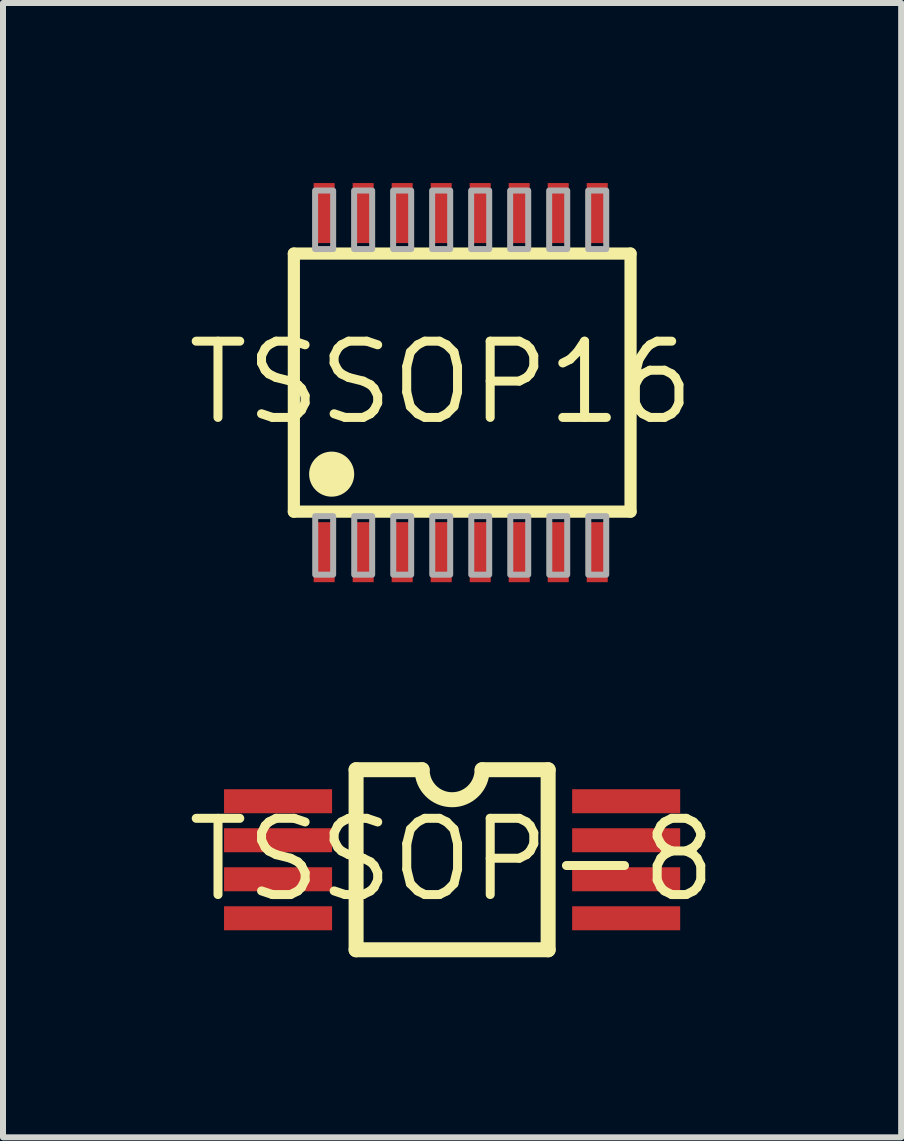
<source format=kicad_pcb>
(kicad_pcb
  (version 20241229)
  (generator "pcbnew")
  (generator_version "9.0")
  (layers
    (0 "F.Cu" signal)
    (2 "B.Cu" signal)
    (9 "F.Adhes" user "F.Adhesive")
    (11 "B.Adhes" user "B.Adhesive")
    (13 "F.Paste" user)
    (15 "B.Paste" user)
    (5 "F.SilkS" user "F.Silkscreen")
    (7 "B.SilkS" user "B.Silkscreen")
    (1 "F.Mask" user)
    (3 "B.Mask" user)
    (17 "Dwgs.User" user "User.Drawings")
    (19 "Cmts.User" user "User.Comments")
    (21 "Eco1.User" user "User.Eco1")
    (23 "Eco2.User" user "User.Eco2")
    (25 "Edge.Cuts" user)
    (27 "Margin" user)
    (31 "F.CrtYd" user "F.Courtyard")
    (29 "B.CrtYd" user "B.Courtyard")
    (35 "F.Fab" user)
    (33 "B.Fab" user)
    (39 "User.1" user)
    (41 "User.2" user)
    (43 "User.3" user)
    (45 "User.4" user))
  (footprint "TSSOP-8"
    (layer "F.Cu")
    (at 4.483 11.275)
    (property "Reference" "TSSOP-8" (at 0 0 0) (layer "F.SilkS") (effects (font (size 1.27 1.27) (thickness 0.15))))
    (fp_line (start -1.6 -1.5) (end -1.6 1.5) (stroke (width 0.25) (type solid)) (layer "F.SilkS"))
    (fp_line (start -1.6 -1.5) (end -0.5 -1.5) (stroke (width 0.25) (type solid)) (layer "F.SilkS"))
    (fp_line (start -1.6 1.5) (end 1.6 1.5) (stroke (width 0.25) (type solid)) (layer "F.SilkS"))
    (fp_line (start 0.5 -1.5) (end 1.6 -1.5) (stroke (width 0.25) (type solid)) (layer "F.SilkS"))
    (fp_line (start 1.6 -1.5) (end 1.6 1.5) (stroke (width 0.25) (type solid)) (layer "F.SilkS"))
    (fp_arc (start 0.5 -1.499998) (mid -0.000001 -0.999666) (end -0.5 -1.5) (stroke (width 0.25) (type solid)) (layer "F.SilkS"))
    (pad "1" smd rect (at -2.9 -0.975 90) (size 0.4 1.8) (layers "F.Cu" "F.Mask" "F.Paste"))
    (pad "2" smd rect (at -2.9 -0.325 90) (size 0.4 1.8) (layers "F.Cu" "F.Mask" "F.Paste"))
    (pad "3" smd rect (at -2.9 0.325 90) (size 0.4 1.8) (layers "F.Cu" "F.Mask" "F.Paste"))
    (pad "4" smd rect (at -2.9 0.975 90) (size 0.4 1.8) (layers "F.Cu" "F.Mask" "F.Paste"))
    (pad "5" smd rect (at 2.9 0.975 90) (size 0.4 1.8) (layers "F.Cu" "F.Mask" "F.Paste"))
    (pad "6" smd rect (at 2.9 0.325 90) (size 0.4 1.8) (layers "F.Cu" "F.Mask" "F.Paste"))
    (pad "7" smd rect (at 2.9 -0.325 90) (size 0.4 1.8) (layers "F.Cu" "F.Mask" "F.Paste"))
    (pad "8" smd rect (at 2.9 -0.975 90) (size 0.4 1.8) (layers "F.Cu" "F.Mask" "F.Paste")))
  (footprint "TSSOP16"
    (layer "F.Cu")
    (at 4.301 3.325)
    (property "Reference" "TSSOP16" (at 0 0 0) (layer "F.SilkS") (effects (font (size 1.27 1.27) (thickness 0.15))))
    (fp_poly (pts (xy -2.125 2.325) (xy -1.775 2.325) (xy -1.775 3.325) (xy -2.125 3.325)) (stroke (width 0) (type default)) (fill yes) (layer "F.Mask"))
    (fp_poly (pts (xy -1.775 -2.325) (xy -2.125 -2.325) (xy -2.125 -3.325) (xy -1.775 -3.325)) (stroke (width 0) (type default)) (fill yes) (layer "F.Mask"))
    (fp_poly (pts (xy -1.475 2.325) (xy -1.125 2.325) (xy -1.125 3.325) (xy -1.475 3.325)) (stroke (width 0) (type default)) (fill yes) (layer "F.Mask"))
    (fp_poly (pts (xy -1.125 -2.325) (xy -1.475 -2.325) (xy -1.475 -3.325) (xy -1.125 -3.325)) (stroke (width 0) (type default)) (fill yes) (layer "F.Mask"))
    (fp_poly (pts (xy -0.825 2.325) (xy -0.475 2.325) (xy -0.475 3.325) (xy -0.825 3.325)) (stroke (width 0) (type default)) (fill yes) (layer "F.Mask"))
    (fp_poly (pts (xy -0.475 -2.325) (xy -0.825 -2.325) (xy -0.825 -3.325) (xy -0.475 -3.325)) (stroke (width 0) (type default)) (fill yes) (layer "F.Mask"))
    (fp_poly (pts (xy -0.175 2.325) (xy 0.175 2.325) (xy 0.175 3.325) (xy -0.175 3.325)) (stroke (width 0) (type default)) (fill yes) (layer "F.Mask"))
    (fp_poly (pts (xy 0.175 -2.325) (xy -0.175 -2.325) (xy -0.175 -3.325) (xy 0.175 -3.325)) (stroke (width 0) (type default)) (fill yes) (layer "F.Mask"))
    (fp_poly (pts (xy 0.475 2.325) (xy 0.825 2.325) (xy 0.825 3.325) (xy 0.475 3.325)) (stroke (width 0) (type default)) (fill yes) (layer "F.Mask"))
    (fp_poly (pts (xy 0.825 -2.325) (xy 0.475 -2.325) (xy 0.475 -3.325) (xy 0.825 -3.325)) (stroke (width 0) (type default)) (fill yes) (layer "F.Mask"))
    (fp_poly (pts (xy 1.125 2.325) (xy 1.475 2.325) (xy 1.475 3.325) (xy 1.125 3.325)) (stroke (width 0) (type default)) (fill yes) (layer "F.Mask"))
    (fp_poly (pts (xy 1.475 -2.325) (xy 1.125 -2.325) (xy 1.125 -3.325) (xy 1.475 -3.325)) (stroke (width 0) (type default)) (fill yes) (layer "F.Mask"))
    (fp_poly (pts (xy 1.775 2.325) (xy 2.125 2.325) (xy 2.125 3.325) (xy 1.775 3.325)) (stroke (width 0) (type default)) (fill yes) (layer "F.Mask"))
    (fp_poly (pts (xy 2.125 -2.325) (xy 1.775 -2.325) (xy 1.775 -3.325) (xy 2.125 -3.325)) (stroke (width 0) (type default)) (fill yes) (layer "F.Mask"))
    (fp_poly (pts (xy 2.425 2.325) (xy 2.775 2.325) (xy 2.775 3.325) (xy 2.425 3.325)) (stroke (width 0) (type default)) (fill yes) (layer "F.Mask"))
    (fp_poly (pts (xy 2.775 -2.325) (xy 2.425 -2.325) (xy 2.425 -3.325) (xy 2.775 -3.325)) (stroke (width 0) (type default)) (fill yes) (layer "F.Mask"))
    (fp_line (start -2.455 -2.15) (end 3.155 -2.15) (stroke (width 0.203) (type solid)) (layer "F.SilkS"))
    (fp_line (start -2.455 2.15) (end -2.455 -2.15) (stroke (width 0.203) (type solid)) (layer "F.SilkS"))
    (fp_line (start 3.155 -2.15) (end 3.155 2.15) (stroke (width 0.203) (type solid)) (layer "F.SilkS"))
    (fp_line (start 3.155 2.15) (end -2.455 2.15) (stroke (width 0.203) (type solid)) (layer "F.SilkS"))
    (fp_circle (center -1.825 1.525) (end -1.637 1.525) (stroke (width 0.375) (type solid)) (fill yes) (layer "F.SilkS"))
    (fp_poly (pts (xy -2.125 2.325) (xy -1.775 2.325) (xy -1.775 3.325) (xy -2.125 3.325)) (stroke (width 0) (type default)) (fill yes) (layer "F.Paste"))
    (fp_poly (pts (xy -1.775 -2.325) (xy -2.125 -2.325) (xy -2.125 -3.325) (xy -1.775 -3.325)) (stroke (width 0) (type default)) (fill yes) (layer "F.Paste"))
    (fp_poly (pts (xy -1.475 2.325) (xy -1.125 2.325) (xy -1.125 3.325) (xy -1.475 3.325)) (stroke (width 0) (type default)) (fill yes) (layer "F.Paste"))
    (fp_poly (pts (xy -1.125 -2.325) (xy -1.475 -2.325) (xy -1.475 -3.325) (xy -1.125 -3.325)) (stroke (width 0) (type default)) (fill yes) (layer "F.Paste"))
    (fp_poly (pts (xy -0.825 2.325) (xy -0.475 2.325) (xy -0.475 3.325) (xy -0.825 3.325)) (stroke (width 0) (type default)) (fill yes) (layer "F.Paste"))
    (fp_poly (pts (xy -0.475 -2.325) (xy -0.825 -2.325) (xy -0.825 -3.325) (xy -0.475 -3.325)) (stroke (width 0) (type default)) (fill yes) (layer "F.Paste"))
    (fp_poly (pts (xy -0.175 2.325) (xy 0.175 2.325) (xy 0.175 3.325) (xy -0.175 3.325)) (stroke (width 0) (type default)) (fill yes) (layer "F.Paste"))
    (fp_poly (pts (xy 0.175 -2.325) (xy -0.175 -2.325) (xy -0.175 -3.325) (xy 0.175 -3.325)) (stroke (width 0) (type default)) (fill yes) (layer "F.Paste"))
    (fp_poly (pts (xy 0.475 2.325) (xy 0.825 2.325) (xy 0.825 3.325) (xy 0.475 3.325)) (stroke (width 0) (type default)) (fill yes) (layer "F.Paste"))
    (fp_poly (pts (xy 0.825 -2.325) (xy 0.475 -2.325) (xy 0.475 -3.325) (xy 0.825 -3.325)) (stroke (width 0) (type default)) (fill yes) (layer "F.Paste"))
    (fp_poly (pts (xy 1.125 2.325) (xy 1.475 2.325) (xy 1.475 3.325) (xy 1.125 3.325)) (stroke (width 0) (type default)) (fill yes) (layer "F.Paste"))
    (fp_poly (pts (xy 1.475 -2.325) (xy 1.125 -2.325) (xy 1.125 -3.325) (xy 1.475 -3.325)) (stroke (width 0) (type default)) (fill yes) (layer "F.Paste"))
    (fp_poly (pts (xy 1.775 2.325) (xy 2.125 2.325) (xy 2.125 3.325) (xy 1.775 3.325)) (stroke (width 0) (type default)) (fill yes) (layer "F.Paste"))
    (fp_poly (pts (xy 2.125 -2.325) (xy 1.775 -2.325) (xy 1.775 -3.325) (xy 2.125 -3.325)) (stroke (width 0) (type default)) (fill yes) (layer "F.Paste"))
    (fp_poly (pts (xy 2.425 2.325) (xy 2.775 2.325) (xy 2.775 3.325) (xy 2.425 3.325)) (stroke (width 0) (type default)) (fill yes) (layer "F.Paste"))
    (fp_poly (pts (xy 2.775 -2.325) (xy 2.425 -2.325) (xy 2.425 -3.325) (xy 2.775 -3.325)) (stroke (width 0) (type default)) (fill yes) (layer "F.Paste"))
    (fp_poly (pts (xy -2.101 -2.225) (xy -1.8 -2.225) (xy -1.8 -3.2) (xy -2.101 -3.2)) (stroke (width 0.1) (type default)) (fill no) (layer "F.Fab"))
    (fp_poly (pts (xy -1.8 2.225) (xy -2.099 2.225) (xy -2.099 3.2) (xy -1.8 3.2)) (stroke (width 0.1) (type default)) (fill no) (layer "F.Fab"))
    (fp_poly (pts (xy -1.451 -2.225) (xy -1.15 -2.225) (xy -1.15 -3.2) (xy -1.451 -3.2)) (stroke (width 0.1) (type default)) (fill no) (layer "F.Fab"))
    (fp_poly (pts (xy -1.15 2.225) (xy -1.449 2.225) (xy -1.449 3.2) (xy -1.15 3.2)) (stroke (width 0.1) (type default)) (fill no) (layer "F.Fab"))
    (fp_poly (pts (xy -0.801 -2.225) (xy -0.5 -2.225) (xy -0.5 -3.2) (xy -0.801 -3.2)) (stroke (width 0.1) (type default)) (fill no) (layer "F.Fab"))
    (fp_poly (pts (xy -0.5 2.225) (xy -0.799 2.225) (xy -0.799 3.2) (xy -0.5 3.2)) (stroke (width 0.1) (type default)) (fill no) (layer "F.Fab"))
    (fp_poly (pts (xy -0.151 -2.225) (xy 0.15 -2.225) (xy 0.15 -3.2) (xy -0.151 -3.2)) (stroke (width 0.1) (type default)) (fill no) (layer "F.Fab"))
    (fp_poly (pts (xy 0.15 2.225) (xy -0.149 2.225) (xy -0.149 3.2) (xy 0.15 3.2)) (stroke (width 0.1) (type default)) (fill no) (layer "F.Fab"))
    (fp_poly (pts (xy 0.499 -2.225) (xy 0.8 -2.225) (xy 0.8 -3.2) (xy 0.499 -3.2)) (stroke (width 0.1) (type default)) (fill no) (layer "F.Fab"))
    (fp_poly (pts (xy 0.8 2.225) (xy 0.501 2.225) (xy 0.501 3.2) (xy 0.8 3.2)) (stroke (width 0.1) (type default)) (fill no) (layer "F.Fab"))
    (fp_poly (pts (xy 1.149 -2.225) (xy 1.45 -2.225) (xy 1.45 -3.2) (xy 1.149 -3.2)) (stroke (width 0.1) (type default)) (fill no) (layer "F.Fab"))
    (fp_poly (pts (xy 1.45 2.225) (xy 1.151 2.225) (xy 1.151 3.2) (xy 1.45 3.2)) (stroke (width 0.1) (type default)) (fill no) (layer "F.Fab"))
    (fp_poly (pts (xy 1.799 -2.225) (xy 2.1 -2.225) (xy 2.1 -3.2) (xy 1.799 -3.2)) (stroke (width 0.1) (type default)) (fill no) (layer "F.Fab"))
    (fp_poly (pts (xy 2.1 2.225) (xy 1.801 2.225) (xy 1.801 3.2) (xy 2.1 3.2)) (stroke (width 0.1) (type default)) (fill no) (layer "F.Fab"))
    (fp_poly (pts (xy 2.449 -2.225) (xy 2.75 -2.225) (xy 2.75 -3.2) (xy 2.449 -3.2)) (stroke (width 0.1) (type default)) (fill no) (layer "F.Fab"))
    (fp_poly (pts (xy 2.75 2.225) (xy 2.451 2.225) (xy 2.451 3.2) (xy 2.75 3.2)) (stroke (width 0.1) (type default)) (fill no) (layer "F.Fab"))
    (pad "1" smd rect (at -1.95 2.825) (size 0.35 1) (layers "F.Cu"))
    (pad "2" smd rect (at -1.3 2.825) (size 0.35 1) (layers "F.Cu"))
    (pad "3" smd rect (at -0.65 2.825) (size 0.35 1) (layers "F.Cu"))
    (pad "4" smd rect (at 0 2.825) (size 0.35 1) (layers "F.Cu"))
    (pad "5" smd rect (at 0.65 2.825) (size 0.35 1) (layers "F.Cu"))
    (pad "6" smd rect (at 1.3 2.825) (size 0.35 1) (layers "F.Cu"))
    (pad "7" smd rect (at 1.95 2.825) (size 0.35 1) (layers "F.Cu"))
    (pad "8" smd rect (at 2.6 2.825) (size 0.35 1) (layers "F.Cu"))
    (pad "9" smd rect (at 2.6 -2.825 180) (size 0.35 1) (layers "F.Cu"))
    (pad "10" smd rect (at 1.95 -2.825 180) (size 0.35 1) (layers "F.Cu"))
    (pad "11" smd rect (at 1.3 -2.825 180) (size 0.35 1) (layers "F.Cu"))
    (pad "12" smd rect (at 0.65 -2.825 180) (size 0.35 1) (layers "F.Cu"))
    (pad "13" smd rect (at 0 -2.825 180) (size 0.35 1) (layers "F.Cu"))
    (pad "14" smd rect (at -0.65 -2.825 180) (size 0.35 1) (layers "F.Cu"))
    (pad "15" smd rect (at -1.3 -2.825 180) (size 0.35 1) (layers "F.Cu"))
    (pad "16" smd rect (at -1.95 -2.825 180) (size 0.35 1) (layers "F.Cu")))
  (gr_rect
    (start -3 -3)
    (end 11.965 15.9)
    (stroke (width 0.1) (type default))
    (fill no)
    (layer "Edge.Cuts")))
</source>
